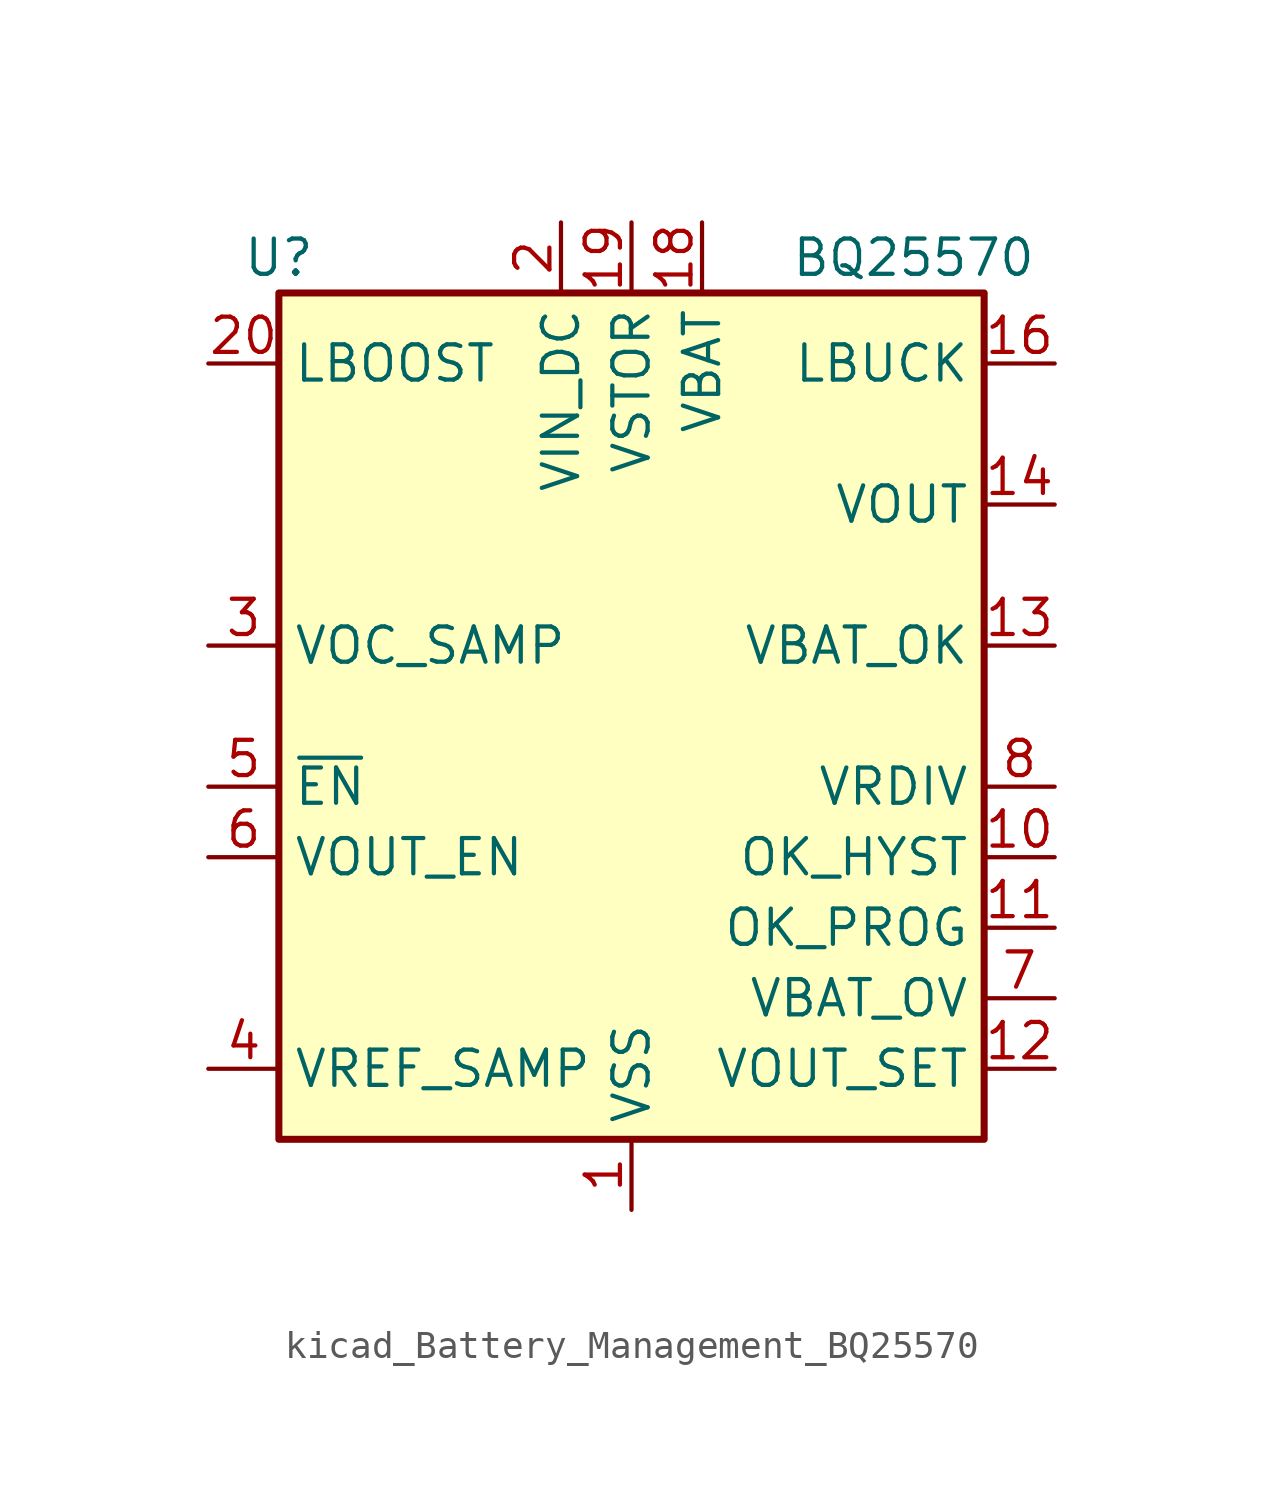
<source format=kicad_sym>
(kicad_symbol_lib
  (version 20220914)
  (generator kicad_symbol_editor)
  (symbol "kicad_Battery_Management_BQ25570"
    (property "Reference" "U"
      (at -12.7 16.51 0)
      (effects (font (size 1.27 1.27))))
    (property "Value" "BQ25570"
      (at 10.16 16.51 0)
      (effects (font (size 1.27 1.27))))
    (symbol "kicad_Battery_Management_BQ25570_0_1"
      (rectangle (start -12.7 15.24) (end 12.7 -15.24) (stroke (width 0.254) (type default)) (fill (type background))))
    (symbol "kicad_Battery_Management_BQ25570_1_1"
      (pin power_in line (at 0 -17.78 90) (length 2.54) (name "VSS" (effects (font (size 1.27 1.27)))) (number "1" (effects (font (size 1.27 1.27)))))
      (pin input line (at 15.24 -5.08 180) (length 2.54) (name "OK_HYST" (effects (font (size 1.27 1.27)))) (number "10" (effects (font (size 1.27 1.27)))))
      (pin input line (at 15.24 -7.62 180) (length 2.54) (name "OK_PROG" (effects (font (size 1.27 1.27)))) (number "11" (effects (font (size 1.27 1.27)))))
      (pin input line (at 15.24 -12.7 180) (length 2.54) (name "VOUT_SET" (effects (font (size 1.27 1.27)))) (number "12" (effects (font (size 1.27 1.27)))))
      (pin output line (at 15.24 2.54 180) (length 2.54) (name "VBAT_OK" (effects (font (size 1.27 1.27)))) (number "13" (effects (font (size 1.27 1.27)))))
      (pin input line (at 15.24 7.62 180) (length 2.54) (name "VOUT" (effects (font (size 1.27 1.27)))) (number "14" (effects (font (size 1.27 1.27)))))
      (pin passive line (at 0 -17.78 90) (length 2.54) hide (name "VSS" (effects (font (size 1.27 1.27)))) (number "15" (effects (font (size 1.27 1.27)))))
      (pin passive line (at 15.24 12.7 180) (length 2.54) (name "LBUCK" (effects (font (size 1.27 1.27)))) (number "16" (effects (font (size 1.27 1.27)))))
      (pin passive line (at 0 -17.78 90) (length 2.54) hide (name "VSS" (effects (font (size 1.27 1.27)))) (number "17" (effects (font (size 1.27 1.27)))))
      (pin power_in line (at 2.54 17.78 270) (length 2.54) (name "VBAT" (effects (font (size 1.27 1.27)))) (number "18" (effects (font (size 1.27 1.27)))))
      (pin power_out line (at 0 17.78 270) (length 2.54) (name "VSTOR" (effects (font (size 1.27 1.27)))) (number "19" (effects (font (size 1.27 1.27)))))
      (pin power_in line (at -2.54 17.78 270) (length 2.54) (name "VIN_DC" (effects (font (size 1.27 1.27)))) (number "2" (effects (font (size 1.27 1.27)))))
      (pin passive line (at -15.24 12.7 0) (length 2.54) (name "LBOOST" (effects (font (size 1.27 1.27)))) (number "20" (effects (font (size 1.27 1.27)))))
      (pin passive line (at 0 -17.78 90) (length 2.54) hide (name "VSS" (effects (font (size 1.27 1.27)))) (number "21" (effects (font (size 1.27 1.27)))))
      (pin input line (at -15.24 2.54 0) (length 2.54) (name "VOC_SAMP" (effects (font (size 1.27 1.27)))) (number "3" (effects (font (size 1.27 1.27)))))
      (pin passive line (at -15.24 -12.7 0) (length 2.54) (name "VREF_SAMP" (effects (font (size 1.27 1.27)))) (number "4" (effects (font (size 1.27 1.27)))))
      (pin input line (at -15.24 -2.54 0) (length 2.54) (name "~{EN}" (effects (font (size 1.27 1.27)))) (number "5" (effects (font (size 1.27 1.27)))))
      (pin input line (at -15.24 -5.08 0) (length 2.54) (name "VOUT_EN" (effects (font (size 1.27 1.27)))) (number "6" (effects (font (size 1.27 1.27)))))
      (pin input line (at 15.24 -10.16 180) (length 2.54) (name "VBAT_OV" (effects (font (size 1.27 1.27)))) (number "7" (effects (font (size 1.27 1.27)))))
      (pin output line (at 15.24 -2.54 180) (length 2.54) (name "VRDIV" (effects (font (size 1.27 1.27)))) (number "8" (effects (font (size 1.27 1.27)))))
      (pin passive line (at 0 -17.78 90) (length 2.54) hide (name "VSS" (effects (font (size 1.27 1.27)))) (number "9" (effects (font (size 1.27 1.27))))))))
</source>
